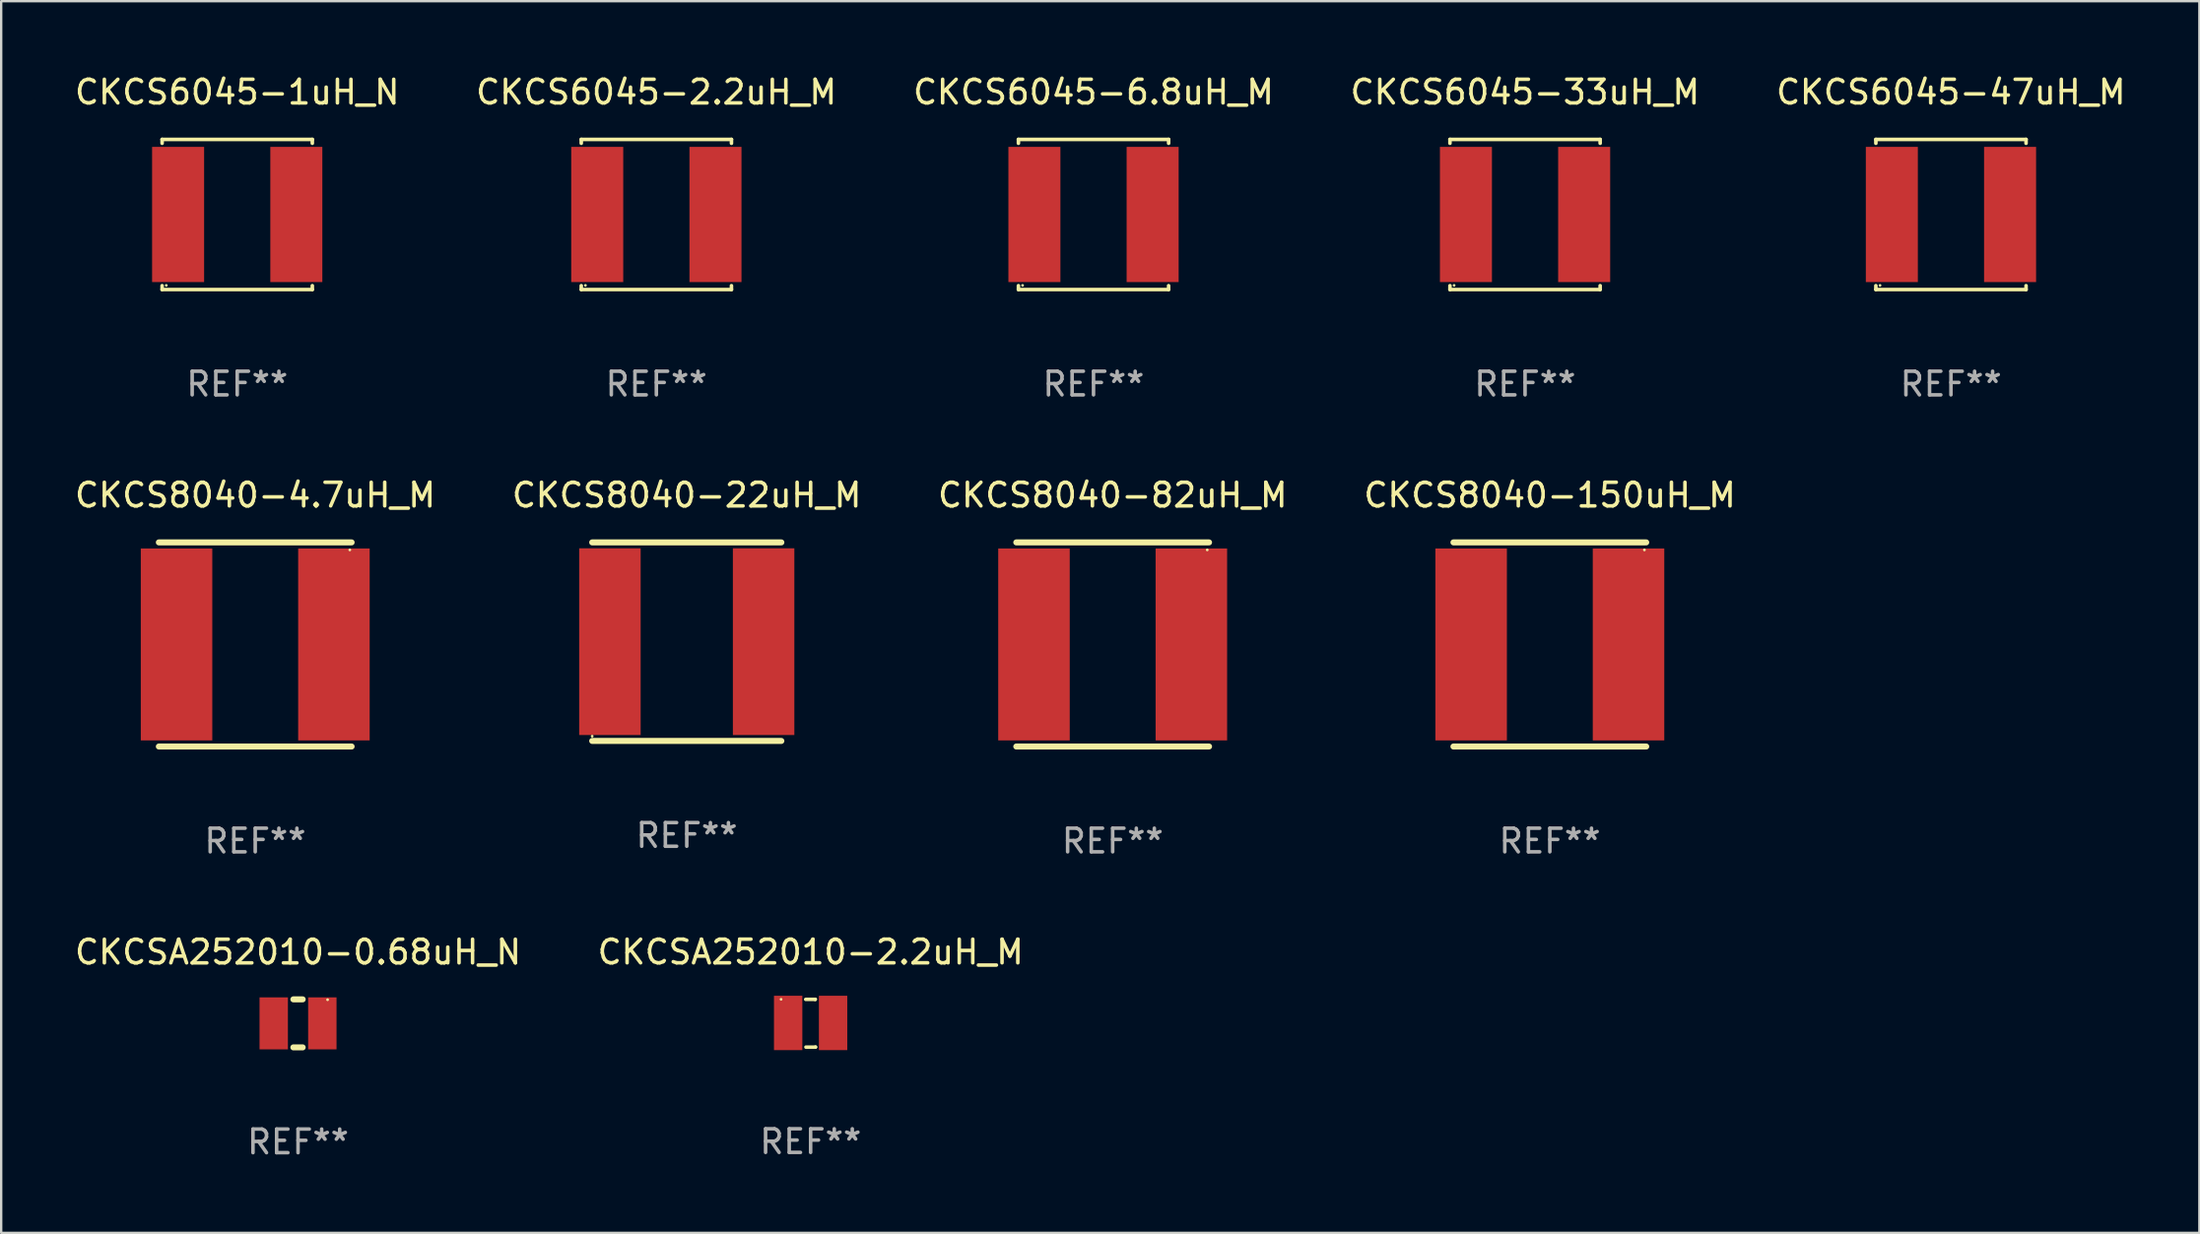
<source format=kicad_pcb>
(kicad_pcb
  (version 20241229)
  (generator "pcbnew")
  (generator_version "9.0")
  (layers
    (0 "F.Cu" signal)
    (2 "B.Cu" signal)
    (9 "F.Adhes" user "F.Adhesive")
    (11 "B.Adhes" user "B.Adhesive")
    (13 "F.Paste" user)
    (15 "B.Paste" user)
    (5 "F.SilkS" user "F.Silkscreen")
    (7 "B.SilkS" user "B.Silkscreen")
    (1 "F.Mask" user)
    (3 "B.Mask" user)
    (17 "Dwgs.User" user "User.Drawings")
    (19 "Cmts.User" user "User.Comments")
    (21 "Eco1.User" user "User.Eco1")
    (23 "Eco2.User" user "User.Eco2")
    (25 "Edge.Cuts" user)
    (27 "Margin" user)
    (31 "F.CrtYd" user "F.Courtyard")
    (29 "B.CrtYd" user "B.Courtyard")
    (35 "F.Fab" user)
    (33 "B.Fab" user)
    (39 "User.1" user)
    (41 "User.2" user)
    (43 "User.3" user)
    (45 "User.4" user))
  (footprint "CKCS8040-150uH_M"
    (layer "F.Cu")
    (at 62.494 24.215)
    (property "Reference" "CKCS8040-150uH_M" (at 0 -6.318 0) (layer "F.SilkS") (effects (font (size 1 1) (thickness 0.15))))
    (attr through_hole)
    (fp_line (start -4.076 -4.318) (end 4.076 -4.318) (stroke (width 0.254) (type solid)) (layer "F.SilkS"))
    (fp_line (start -4.076 4.318) (end 4.076 4.318) (stroke (width 0.254) (type solid)) (layer "F.SilkS"))
    (fp_circle (center 4 -4) (end 4.03 -4) (stroke (width 0.06) (type solid)) (fill no) (layer "F.SilkS"))
    (fp_text user "REF**" (at 0 8.318 0) (layer "F.Fab") (effects (font (size 1 1) (thickness 0.15))))
    (pad "1" smd rect (at 3.328 0) (size 3.024 8.12) (layers "F.Cu" "F.Mask" "F.Paste"))
    (pad "2" smd rect (at -3.328 0) (size 3.024 8.12) (layers "F.Cu" "F.Mask" "F.Paste")))
  (footprint "CKCS6045-47uH_M"
    (layer "F.Cu")
    (at 79.458 6.024)
    (property "Reference" "CKCS6045-47uH_M" (at 0 -5.176 0) (layer "F.SilkS") (effects (font (size 1 1) (thickness 0.15))))
    (attr through_hole)
    (fp_line (start -3.176 -3.176) (end 3.176 -3.176) (stroke (width 0.152) (type solid)) (layer "F.SilkS"))
    (fp_line (start -3.176 -3.012) (end -3.176 -3.176) (stroke (width 0.152) (type solid)) (layer "F.SilkS"))
    (fp_line (start -3.176 3.012) (end -3.176 3.176) (stroke (width 0.152) (type solid)) (layer "F.SilkS"))
    (fp_line (start -3.176 3.176) (end 3.176 3.176) (stroke (width 0.152) (type solid)) (layer "F.SilkS"))
    (fp_line (start 3.176 -3.176) (end 3.176 -3.012) (stroke (width 0.152) (type solid)) (layer "F.SilkS"))
    (fp_line (start 3.176 3.176) (end 3.176 3.012) (stroke (width 0.152) (type solid)) (layer "F.SilkS"))
    (fp_circle (center -3 3) (end -2.97 3) (stroke (width 0.06) (type solid)) (fill no) (layer "F.SilkS"))
    (fp_text user "REF**" (at 0 7.176 0) (layer "F.Fab") (effects (font (size 1 1) (thickness 0.15))))
    (pad "1" smd rect (at -2.5 0) (size 2.2 5.72) (layers "F.Cu" "F.Mask" "F.Paste"))
    (pad "2" smd rect (at 2.5 0) (size 2.2 5.72) (layers "F.Cu" "F.Mask" "F.Paste")))
  (footprint "CKCS8040-82uH_M"
    (layer "F.Cu")
    (at 44.006 24.215)
    (property "Reference" "CKCS8040-82uH_M" (at 0 -6.318 0) (layer "F.SilkS") (effects (font (size 1 1) (thickness 0.15))))
    (attr through_hole)
    (fp_line (start -4.076 -4.318) (end 4.076 -4.318) (stroke (width 0.254) (type solid)) (layer "F.SilkS"))
    (fp_line (start -4.076 4.318) (end 4.076 4.318) (stroke (width 0.254) (type solid)) (layer "F.SilkS"))
    (fp_circle (center 4 -4) (end 4.03 -4) (stroke (width 0.06) (type solid)) (fill no) (layer "F.SilkS"))
    (fp_text user "REF**" (at 0 8.318 0) (layer "F.Fab") (effects (font (size 1 1) (thickness 0.15))))
    (pad "1" smd rect (at 3.328 0) (size 3.024 8.12) (layers "F.Cu" "F.Mask" "F.Paste"))
    (pad "2" smd rect (at -3.328 0) (size 3.024 8.12) (layers "F.Cu" "F.Mask" "F.Paste")))
  (footprint "CKCS6045-6.8uH_M"
    (layer "F.Cu")
    (at 43.196 6.024)
    (property "Reference" "CKCS6045-6.8uH_M" (at 0 -5.176 0) (layer "F.SilkS") (effects (font (size 1 1) (thickness 0.15))))
    (attr through_hole)
    (fp_line (start -3.176 -3.176) (end 3.176 -3.176) (stroke (width 0.152) (type solid)) (layer "F.SilkS"))
    (fp_line (start -3.176 -3.012) (end -3.176 -3.176) (stroke (width 0.152) (type solid)) (layer "F.SilkS"))
    (fp_line (start -3.176 3.012) (end -3.176 3.176) (stroke (width 0.152) (type solid)) (layer "F.SilkS"))
    (fp_line (start -3.176 3.176) (end 3.176 3.176) (stroke (width 0.152) (type solid)) (layer "F.SilkS"))
    (fp_line (start 3.176 -3.176) (end 3.176 -3.012) (stroke (width 0.152) (type solid)) (layer "F.SilkS"))
    (fp_line (start 3.176 3.176) (end 3.176 3.012) (stroke (width 0.152) (type solid)) (layer "F.SilkS"))
    (fp_circle (center -3 3) (end -2.97 3) (stroke (width 0.06) (type solid)) (fill no) (layer "F.SilkS"))
    (fp_text user "REF**" (at 0 7.176 0) (layer "F.Fab") (effects (font (size 1 1) (thickness 0.15))))
    (pad "1" smd rect (at -2.5 0) (size 2.2 5.72) (layers "F.Cu" "F.Mask" "F.Paste"))
    (pad "2" smd rect (at 2.5 0) (size 2.2 5.72) (layers "F.Cu" "F.Mask" "F.Paste")))
  (footprint "CKCS8040-4.7uH_M"
    (layer "F.Cu")
    (at 7.744 24.215)
    (property "Reference" "CKCS8040-4.7uH_M" (at 0 -6.318 0) (layer "F.SilkS") (effects (font (size 1 1) (thickness 0.15))))
    (attr through_hole)
    (fp_line (start -4.076 -4.318) (end 4.076 -4.318) (stroke (width 0.254) (type solid)) (layer "F.SilkS"))
    (fp_line (start -4.076 4.318) (end 4.076 4.318) (stroke (width 0.254) (type solid)) (layer "F.SilkS"))
    (fp_circle (center 4 -4) (end 4.03 -4) (stroke (width 0.06) (type solid)) (fill no) (layer "F.SilkS"))
    (fp_text user "REF**" (at 0 8.318 0) (layer "F.Fab") (effects (font (size 1 1) (thickness 0.15))))
    (pad "1" smd rect (at 3.328 0) (size 3.024 8.12) (layers "F.Cu" "F.Mask" "F.Paste"))
    (pad "2" smd rect (at -3.328 0) (size 3.024 8.12) (layers "F.Cu" "F.Mask" "F.Paste")))
  (footprint "CKCS8040-22uH_M"
    (layer "F.Cu")
    (at 25.994 24.097)
    (property "Reference" "CKCS8040-22uH_M" (at 0 -6.2 0) (layer "F.SilkS") (effects (font (size 1 1) (thickness 0.15))))
    (attr through_hole)
    (fp_line (start -4 -4.2) (end 4 -4.2) (stroke (width 0.254) (type solid)) (layer "F.SilkS"))
    (fp_line (start -4 4.2) (end 4 4.2) (stroke (width 0.254) (type solid)) (layer "F.SilkS"))
    (fp_circle (center -4 4) (end -3.97 4) (stroke (width 0.06) (type solid)) (fill no) (layer "F.SilkS"))
    (fp_text user "REF**" (at 0 8.2 0) (layer "F.Fab") (effects (font (size 1 1) (thickness 0.15))))
    (pad "1" smd rect (at -3.25 0) (size 2.6 7.9) (layers "F.Cu" "F.Mask" "F.Paste"))
    (pad "2" smd rect (at 3.25 0) (size 2.6 7.9) (layers "F.Cu" "F.Mask" "F.Paste")))
  (footprint "CKCS6045-2.2uH_M"
    (layer "F.Cu")
    (at 24.708 6.024)
    (property "Reference" "CKCS6045-2.2uH_M" (at 0 -5.176 0) (layer "F.SilkS") (effects (font (size 1 1) (thickness 0.15))))
    (attr through_hole)
    (fp_line (start -3.176 -3.176) (end 3.176 -3.176) (stroke (width 0.152) (type solid)) (layer "F.SilkS"))
    (fp_line (start -3.176 -3.012) (end -3.176 -3.176) (stroke (width 0.152) (type solid)) (layer "F.SilkS"))
    (fp_line (start -3.176 3.012) (end -3.176 3.176) (stroke (width 0.152) (type solid)) (layer "F.SilkS"))
    (fp_line (start -3.176 3.176) (end 3.176 3.176) (stroke (width 0.152) (type solid)) (layer "F.SilkS"))
    (fp_line (start 3.176 -3.176) (end 3.176 -3.012) (stroke (width 0.152) (type solid)) (layer "F.SilkS"))
    (fp_line (start 3.176 3.176) (end 3.176 3.012) (stroke (width 0.152) (type solid)) (layer "F.SilkS"))
    (fp_circle (center -3 3) (end -2.97 3) (stroke (width 0.06) (type solid)) (fill no) (layer "F.SilkS"))
    (fp_text user "REF**" (at 0 7.176 0) (layer "F.Fab") (effects (font (size 1 1) (thickness 0.15))))
    (pad "1" smd rect (at -2.5 0) (size 2.2 5.72) (layers "F.Cu" "F.Mask" "F.Paste"))
    (pad "2" smd rect (at 2.5 0) (size 2.2 5.72) (layers "F.Cu" "F.Mask" "F.Paste")))
  (footprint "CKCSA252010-2.2uH_M"
    (layer "F.Cu")
    (at 31.232 40.24)
    (property "Reference" "CKCSA252010-2.2uH_M" (at 0 -3.011 0) (layer "F.SilkS") (effects (font (size 1 1) (thickness 0.15))))
    (attr through_hole)
    (fp_line (start -0.208 -1.009) (end 0.195 -1.009) (stroke (width 0.15) (type solid)) (layer "F.SilkS"))
    (fp_line (start -0.198 1.011) (end 0.205 1.011) (stroke (width 0.15) (type solid)) (layer "F.SilkS"))
    (fp_line (start 0.195 -1.009) (end 0.196 -1.011) (stroke (width 0.15) (type solid)) (layer "F.SilkS"))
    (fp_line (start 0.205 1.011) (end 0.207 1.009) (stroke (width 0.15) (type solid)) (layer "F.SilkS"))
    (fp_circle (center -1.25 -1.012) (end -1.22 -1.012) (stroke (width 0.06) (type solid)) (fill no) (layer "F.SilkS"))
    (fp_text user "REF**" (at 0 5.011 0) (layer "F.Fab") (effects (font (size 1 1) (thickness 0.15))))
    (pad "1" smd rect (at -0.95 -0.012) (size 1.2 2.3) (layers "F.Cu" "F.Mask" "F.Paste"))
    (pad "2" smd rect (at 0.95 -0.012) (size 1.2 2.3) (layers "F.Cu" "F.Mask" "F.Paste")))
  (footprint "CKCSA252010-0.68uH_N"
    (layer "F.Cu")
    (at 9.554 40.246)
    (property "Reference" "CKCSA252010-0.68uH_N" (at 0 -3.016 0) (layer "F.SilkS") (effects (font (size 1 1) (thickness 0.15))))
    (attr through_hole)
    (fp_line (start -0.197 1.016) (end 0.197 1.016) (stroke (width 0.254) (type solid)) (layer "F.SilkS"))
    (fp_line (start 0.197 -1.016) (end -0.197 -1.016) (stroke (width 0.254) (type solid)) (layer "F.SilkS"))
    (fp_circle (center 1.25 -1) (end 1.28 -1) (stroke (width 0.06) (type solid)) (fill no) (layer "F.SilkS"))
    (fp_text user "REF**" (at 0 5.016 0) (layer "F.Fab") (effects (font (size 1 1) (thickness 0.15))))
    (pad "1" smd rect (at 1.028 0) (size 1.2 2.2) (layers "F.Cu" "F.Mask" "F.Paste"))
    (pad "2" smd rect (at -1.028 0) (size 1.2 2.2) (layers "F.Cu" "F.Mask" "F.Paste")))
  (footprint "CKCS6045-33uH_M"
    (layer "F.Cu")
    (at 61.446 6.024)
    (property "Reference" "CKCS6045-33uH_M" (at 0 -5.176 0) (layer "F.SilkS") (effects (font (size 1 1) (thickness 0.15))))
    (attr through_hole)
    (fp_line (start -3.176 -3.176) (end 3.176 -3.176) (stroke (width 0.152) (type solid)) (layer "F.SilkS"))
    (fp_line (start -3.176 -3.012) (end -3.176 -3.176) (stroke (width 0.152) (type solid)) (layer "F.SilkS"))
    (fp_line (start -3.176 3.012) (end -3.176 3.176) (stroke (width 0.152) (type solid)) (layer "F.SilkS"))
    (fp_line (start -3.176 3.176) (end 3.176 3.176) (stroke (width 0.152) (type solid)) (layer "F.SilkS"))
    (fp_line (start 3.176 -3.176) (end 3.176 -3.012) (stroke (width 0.152) (type solid)) (layer "F.SilkS"))
    (fp_line (start 3.176 3.176) (end 3.176 3.012) (stroke (width 0.152) (type solid)) (layer "F.SilkS"))
    (fp_circle (center -3 3) (end -2.97 3) (stroke (width 0.06) (type solid)) (fill no) (layer "F.SilkS"))
    (fp_text user "REF**" (at 0 7.176 0) (layer "F.Fab") (effects (font (size 1 1) (thickness 0.15))))
    (pad "1" smd rect (at -2.5 0) (size 2.2 5.72) (layers "F.Cu" "F.Mask" "F.Paste"))
    (pad "2" smd rect (at 2.5 0) (size 2.2 5.72) (layers "F.Cu" "F.Mask" "F.Paste")))
  (footprint "CKCS6045-1uH_N"
    (layer "F.Cu")
    (at 6.982 6.024)
    (property "Reference" "CKCS6045-1uH_N" (at 0 -5.176 0) (layer "F.SilkS") (effects (font (size 1 1) (thickness 0.15))))
    (attr through_hole)
    (fp_line (start -3.176 -3.176) (end 3.176 -3.176) (stroke (width 0.152) (type solid)) (layer "F.SilkS"))
    (fp_line (start -3.176 -3.012) (end -3.176 -3.176) (stroke (width 0.152) (type solid)) (layer "F.SilkS"))
    (fp_line (start -3.176 3.012) (end -3.176 3.176) (stroke (width 0.152) (type solid)) (layer "F.SilkS"))
    (fp_line (start -3.176 3.176) (end 3.176 3.176) (stroke (width 0.152) (type solid)) (layer "F.SilkS"))
    (fp_line (start 3.176 -3.176) (end 3.176 -3.012) (stroke (width 0.152) (type solid)) (layer "F.SilkS"))
    (fp_line (start 3.176 3.176) (end 3.176 3.012) (stroke (width 0.152) (type solid)) (layer "F.SilkS"))
    (fp_circle (center -3 3) (end -2.97 3) (stroke (width 0.06) (type solid)) (fill no) (layer "F.SilkS"))
    (fp_text user "REF**" (at 0 7.176 0) (layer "F.Fab") (effects (font (size 1 1) (thickness 0.15))))
    (pad "1" smd rect (at -2.5 0) (size 2.2 5.72) (layers "F.Cu" "F.Mask" "F.Paste"))
    (pad "2" smd rect (at 2.5 0) (size 2.2 5.72) (layers "F.Cu" "F.Mask" "F.Paste")))
  (gr_rect
    (start -3 -3)
    (end 89.964 49.11)
    (stroke (width 0.1) (type default))
    (fill no)
    (layer "Edge.Cuts")))
</source>
